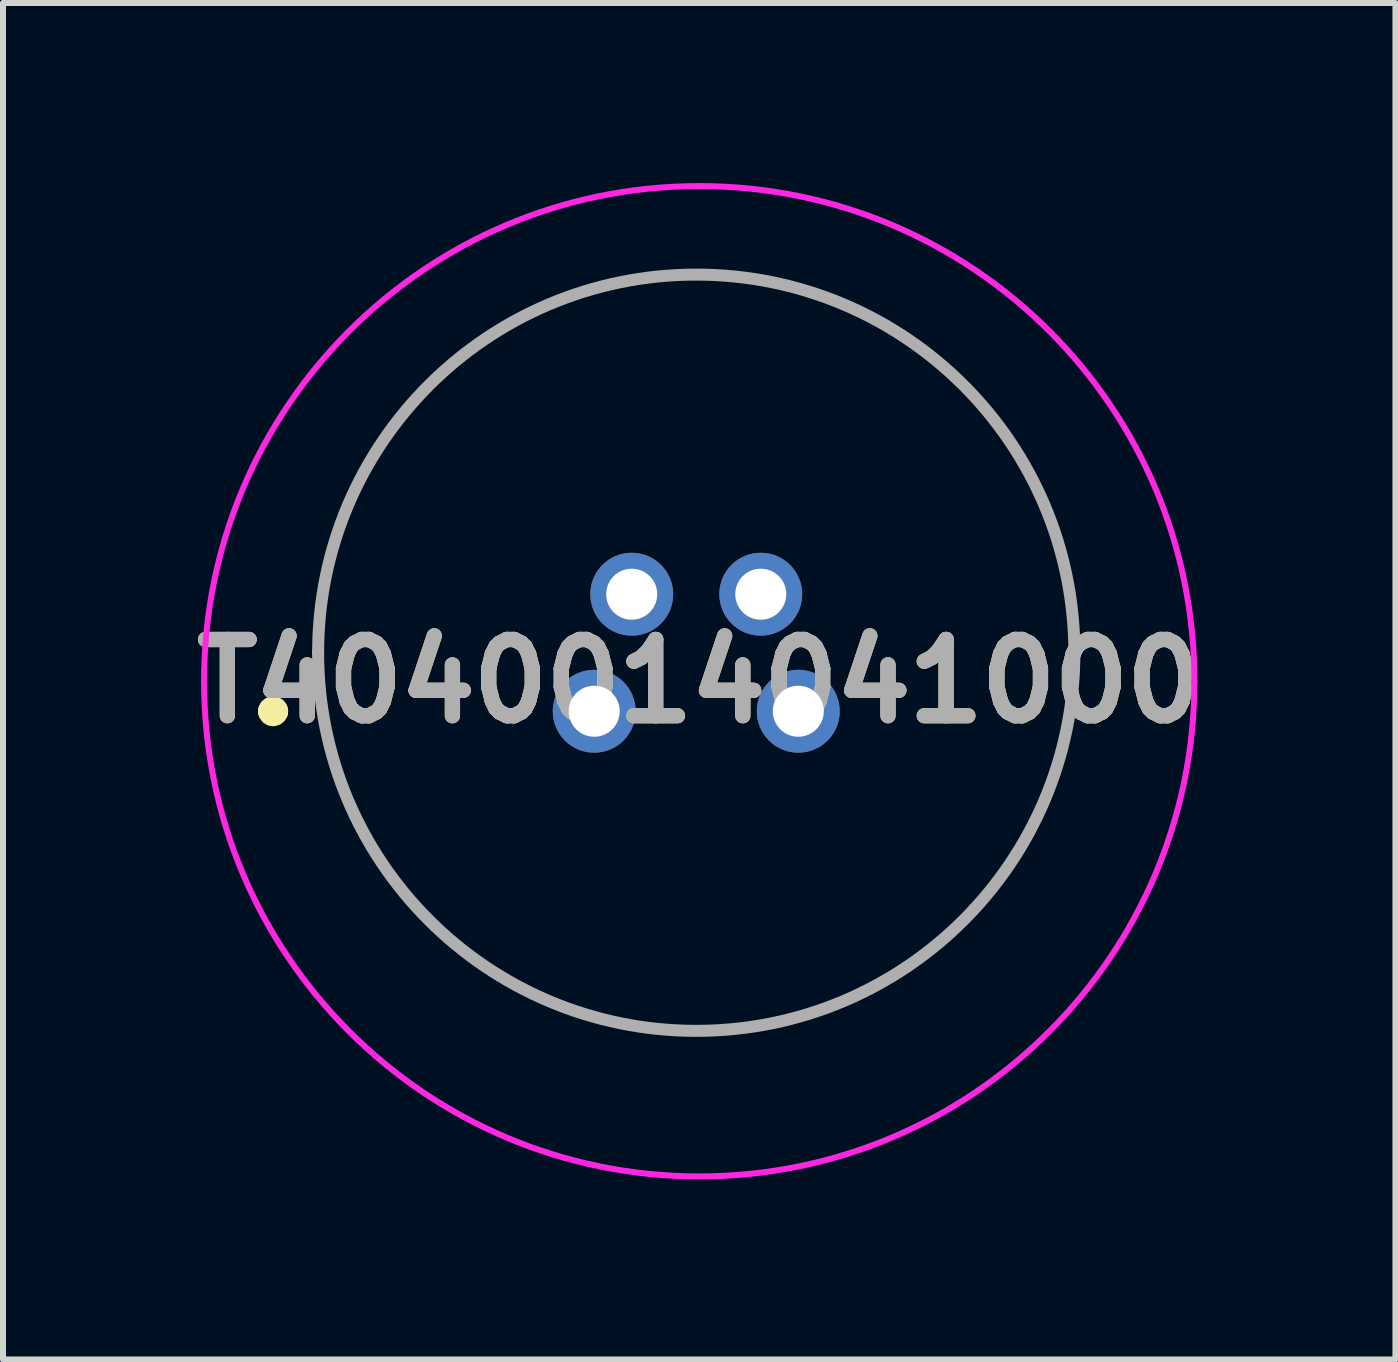
<source format=kicad_pcb>
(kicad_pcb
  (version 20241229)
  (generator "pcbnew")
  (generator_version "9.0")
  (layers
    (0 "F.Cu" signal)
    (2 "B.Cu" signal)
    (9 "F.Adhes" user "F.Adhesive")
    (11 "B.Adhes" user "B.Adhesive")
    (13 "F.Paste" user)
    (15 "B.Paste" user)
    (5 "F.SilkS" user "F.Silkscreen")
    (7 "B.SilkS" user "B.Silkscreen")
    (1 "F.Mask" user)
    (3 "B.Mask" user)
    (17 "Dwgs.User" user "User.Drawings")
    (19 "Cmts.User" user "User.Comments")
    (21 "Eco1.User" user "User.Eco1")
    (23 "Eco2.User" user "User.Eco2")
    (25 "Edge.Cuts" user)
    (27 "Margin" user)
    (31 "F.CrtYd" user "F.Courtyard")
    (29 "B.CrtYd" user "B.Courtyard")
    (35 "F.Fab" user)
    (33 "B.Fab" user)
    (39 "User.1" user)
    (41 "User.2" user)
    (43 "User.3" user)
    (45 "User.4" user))
  (footprint "T4040014041000"
    (layer "F.Cu")
    (at 6.85 8.8)
    (property "Reference" "T4040014041000" (at 1.75 -0.5 0) (layer "F.SilkS") (effects (font (size 1.27 1.27) (thickness 0.254))))
    (attr through_hole)
    (fp_line (start -5.4 0) (end -5.4 0) (stroke (width 0.4) (type solid)) (layer "F.SilkS"))
    (fp_line (start -5.3 0) (end -5.3 0) (stroke (width 0.4) (type solid)) (layer "F.SilkS"))
    (fp_line (start -4.6 -0.975) (end -4.6 -0.975) (stroke (width 0.1) (type solid)) (layer "F.SilkS"))
    (fp_line (start 8 -0.975) (end 8 -0.975) (stroke (width 0.1) (type solid)) (layer "F.SilkS"))
    (fp_arc (start -5.4 0) (mid -5.35 -0.05) (end -5.3 0) (stroke (width 0.4) (type solid)) (layer "F.SilkS"))
    (fp_arc (start -5.3 0) (mid -5.35 0.05) (end -5.4 0) (stroke (width 0.4) (type solid)) (layer "F.SilkS"))
    (fp_arc (start -4.6 -0.975) (mid 1.7 -7.275) (end 8 -0.975) (stroke (width 0.1) (type solid)) (layer "F.SilkS"))
    (fp_arc (start 8 -0.975) (mid 1.7 5.325) (end -4.6 -0.975) (stroke (width 0.1) (type solid)) (layer "F.SilkS"))
    (fp_line (start -6.5 -0.5) (end -6.5 -0.5) (stroke (width 0.1) (type solid)) (layer "F.CrtYd"))
    (fp_line (start 10 -0.5) (end 10 -0.5) (stroke (width 0.1) (type solid)) (layer "F.CrtYd"))
    (fp_arc (start -6.5 -0.5) (mid 1.75 -8.75) (end 10 -0.5) (stroke (width 0.1) (type solid)) (layer "F.CrtYd"))
    (fp_arc (start 10 -0.5) (mid 1.75 7.75) (end -6.5 -0.5) (stroke (width 0.1) (type solid)) (layer "F.CrtYd"))
    (fp_line (start -4.6 -0.975) (end -4.6 -0.975) (stroke (width 0.2) (type solid)) (layer "F.Fab"))
    (fp_line (start 8 -0.975) (end 8 -0.975) (stroke (width 0.2) (type solid)) (layer "F.Fab"))
    (fp_arc (start -4.6 -0.975) (mid 1.7 -7.275) (end 8 -0.975) (stroke (width 0.2) (type solid)) (layer "F.Fab"))
    (fp_arc (start 8 -0.975) (mid 1.7 5.325) (end -4.6 -0.975) (stroke (width 0.2) (type solid)) (layer "F.Fab"))
    (fp_text user "${REFERENCE}" (at 1.75 -0.5 0) (layer "F.Fab") (effects (font (size 1.27 1.27) (thickness 0.254))))
    (pad "1" thru_hole circle (at 0 0) (size 1.381 1.381) (drill 0.85) (layers "*.Cu" "*.Mask"))
    (pad "2" thru_hole circle (at 0.625 -1.95) (size 1.381 1.381) (drill 0.85) (layers "*.Cu" "*.Mask"))
    (pad "3" thru_hole circle (at 3.4 0) (size 1.381 1.381) (drill 0.85) (layers "*.Cu" "*.Mask"))
    (pad "4" thru_hole circle (at 2.775 -1.95) (size 1.381 1.381) (drill 0.85) (layers "*.Cu" "*.Mask")))
  (gr_rect
    (start -3 -3)
    (end 20.199 19.6)
    (stroke (width 0.1) (type default))
    (fill no)
    (layer "Edge.Cuts")))
</source>
